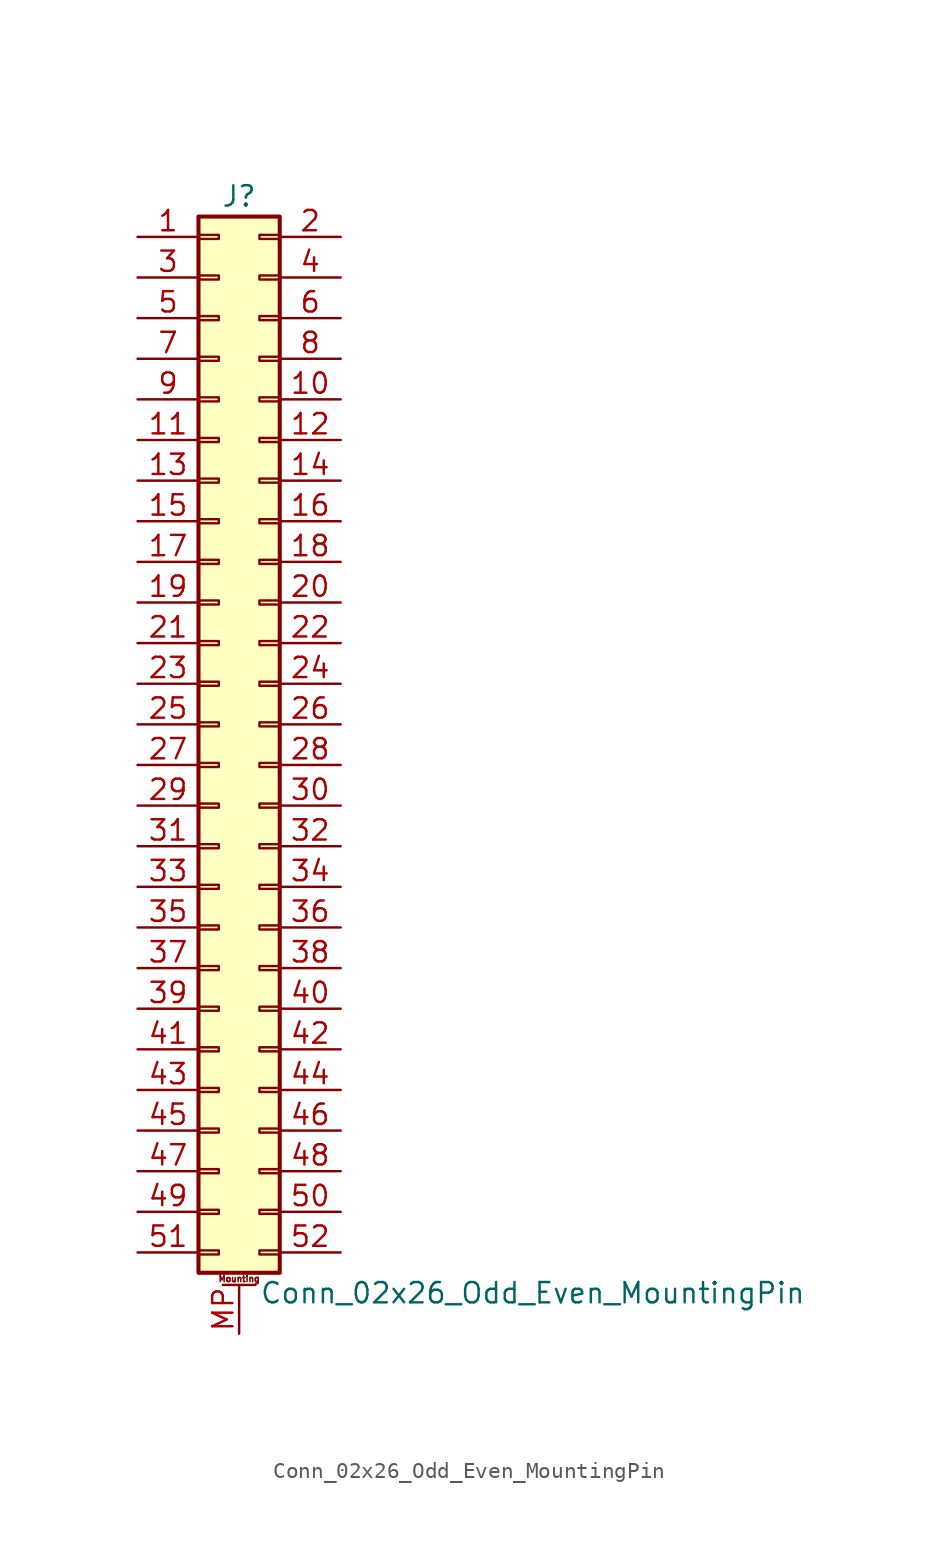
<source format=kicad_sym>
(kicad_symbol_lib
  (version 20201005)
  (generator kicad_symbol_editor)
  (symbol "Conn_02x26_Odd_Even_MountingPin"
    (pin_names
      (offset 1.016) hide)
    (property "Reference" "J"
      (at 1.27 33.02 0)
      (effects (font (size 1.27 1.27))))
    (property "Value" "Conn_02x26_Odd_Even_MountingPin"
      (at 2.54 -35.56 0)
      (effects (font (size 1.27 1.27)) (justify left)))
    (symbol "Conn_02x26_Odd_Even_MountingPin_1_1"
      (text "Mounting" (at 1.27 -34.671 0) (effects (font (size 0.381 0.381))))
      (rectangle (start -1.27 -32.893) (end 0 -33.147) (stroke (width 0.152)) (fill (type none)))
      (rectangle (start -1.27 -30.353) (end 0 -30.607) (stroke (width 0.152)) (fill (type none)))
      (rectangle (start -1.27 -27.813) (end 0 -28.067) (stroke (width 0.152)) (fill (type none)))
      (rectangle (start -1.27 -25.273) (end 0 -25.527) (stroke (width 0.152)) (fill (type none)))
      (rectangle (start -1.27 -22.733) (end 0 -22.987) (stroke (width 0.152)) (fill (type none)))
      (rectangle (start -1.27 -20.193) (end 0 -20.447) (stroke (width 0.152)) (fill (type none)))
      (rectangle (start -1.27 -17.653) (end 0 -17.907) (stroke (width 0.152)) (fill (type none)))
      (rectangle (start -1.27 -15.113) (end 0 -15.367) (stroke (width 0.152)) (fill (type none)))
      (rectangle (start -1.27 -12.573) (end 0 -12.827) (stroke (width 0.152)) (fill (type none)))
      (rectangle (start -1.27 -10.033) (end 0 -10.287) (stroke (width 0.152)) (fill (type none)))
      (rectangle (start -1.27 -7.493) (end 0 -7.747) (stroke (width 0.152)) (fill (type none)))
      (rectangle (start -1.27 -4.953) (end 0 -5.207) (stroke (width 0.152)) (fill (type none)))
      (rectangle (start -1.27 -2.413) (end 0 -2.667) (stroke (width 0.152)) (fill (type none)))
      (rectangle (start -1.27 0.127) (end 0 -0.127) (stroke (width 0.152)) (fill (type none)))
      (rectangle (start -1.27 2.667) (end 0 2.413) (stroke (width 0.152)) (fill (type none)))
      (rectangle (start -1.27 5.207) (end 0 4.953) (stroke (width 0.152)) (fill (type none)))
      (rectangle (start -1.27 7.747) (end 0 7.493) (stroke (width 0.152)) (fill (type none)))
      (rectangle (start -1.27 10.287) (end 0 10.033) (stroke (width 0.152)) (fill (type none)))
      (rectangle (start -1.27 12.827) (end 0 12.573) (stroke (width 0.152)) (fill (type none)))
      (rectangle (start -1.27 15.367) (end 0 15.113) (stroke (width 0.152)) (fill (type none)))
      (rectangle (start -1.27 17.907) (end 0 17.653) (stroke (width 0.152)) (fill (type none)))
      (rectangle (start -1.27 20.447) (end 0 20.193) (stroke (width 0.152)) (fill (type none)))
      (rectangle (start -1.27 22.987) (end 0 22.733) (stroke (width 0.152)) (fill (type none)))
      (rectangle (start -1.27 25.527) (end 0 25.273) (stroke (width 0.152)) (fill (type none)))
      (rectangle (start -1.27 28.067) (end 0 27.813) (stroke (width 0.152)) (fill (type none)))
      (rectangle (start -1.27 30.607) (end 0 30.353) (stroke (width 0.152)) (fill (type none)))
      (rectangle (start -1.27 31.75) (end 3.81 -34.29) (stroke (width 0.254)) (fill (type background)))
      (rectangle (start 3.81 -32.893) (end 2.54 -33.147) (stroke (width 0.152)) (fill (type none)))
      (rectangle (start 3.81 -30.353) (end 2.54 -30.607) (stroke (width 0.152)) (fill (type none)))
      (rectangle (start 3.81 -27.813) (end 2.54 -28.067) (stroke (width 0.152)) (fill (type none)))
      (rectangle (start 3.81 -25.273) (end 2.54 -25.527) (stroke (width 0.152)) (fill (type none)))
      (rectangle (start 3.81 -22.733) (end 2.54 -22.987) (stroke (width 0.152)) (fill (type none)))
      (rectangle (start 3.81 -20.193) (end 2.54 -20.447) (stroke (width 0.152)) (fill (type none)))
      (rectangle (start 3.81 -17.653) (end 2.54 -17.907) (stroke (width 0.152)) (fill (type none)))
      (rectangle (start 3.81 -15.113) (end 2.54 -15.367) (stroke (width 0.152)) (fill (type none)))
      (rectangle (start 3.81 -12.573) (end 2.54 -12.827) (stroke (width 0.152)) (fill (type none)))
      (rectangle (start 3.81 -10.033) (end 2.54 -10.287) (stroke (width 0.152)) (fill (type none)))
      (rectangle (start 3.81 -7.493) (end 2.54 -7.747) (stroke (width 0.152)) (fill (type none)))
      (rectangle (start 3.81 -4.953) (end 2.54 -5.207) (stroke (width 0.152)) (fill (type none)))
      (rectangle (start 3.81 -2.413) (end 2.54 -2.667) (stroke (width 0.152)) (fill (type none)))
      (rectangle (start 3.81 0.127) (end 2.54 -0.127) (stroke (width 0.152)) (fill (type none)))
      (rectangle (start 3.81 2.667) (end 2.54 2.413) (stroke (width 0.152)) (fill (type none)))
      (rectangle (start 3.81 5.207) (end 2.54 4.953) (stroke (width 0.152)) (fill (type none)))
      (rectangle (start 3.81 7.747) (end 2.54 7.493) (stroke (width 0.152)) (fill (type none)))
      (rectangle (start 3.81 10.287) (end 2.54 10.033) (stroke (width 0.152)) (fill (type none)))
      (rectangle (start 3.81 12.827) (end 2.54 12.573) (stroke (width 0.152)) (fill (type none)))
      (rectangle (start 3.81 15.367) (end 2.54 15.113) (stroke (width 0.152)) (fill (type none)))
      (rectangle (start 3.81 17.907) (end 2.54 17.653) (stroke (width 0.152)) (fill (type none)))
      (rectangle (start 3.81 20.447) (end 2.54 20.193) (stroke (width 0.152)) (fill (type none)))
      (rectangle (start 3.81 22.987) (end 2.54 22.733) (stroke (width 0.152)) (fill (type none)))
      (rectangle (start 3.81 25.527) (end 2.54 25.273) (stroke (width 0.152)) (fill (type none)))
      (rectangle (start 3.81 28.067) (end 2.54 27.813) (stroke (width 0.152)) (fill (type none)))
      (rectangle (start 3.81 30.607) (end 2.54 30.353) (stroke (width 0.152)) (fill (type none)))
      (polyline (pts (xy 0.254 -35.052) (xy 2.286 -35.052)) (stroke (width 0.152)) (fill (type none)))
      (pin passive line (at -5.08 30.48 0) (length 3.81) (name "Pin_1" (effects (font (size 1.27 1.27)))) (number "1" (effects (font (size 1.27 1.27)))))
      (pin passive line (at 7.62 20.32 180) (length 3.81) (name "Pin_10" (effects (font (size 1.27 1.27)))) (number "10" (effects (font (size 1.27 1.27)))))
      (pin passive line (at -5.08 17.78 0) (length 3.81) (name "Pin_11" (effects (font (size 1.27 1.27)))) (number "11" (effects (font (size 1.27 1.27)))))
      (pin passive line (at 7.62 17.78 180) (length 3.81) (name "Pin_12" (effects (font (size 1.27 1.27)))) (number "12" (effects (font (size 1.27 1.27)))))
      (pin passive line (at -5.08 15.24 0) (length 3.81) (name "Pin_13" (effects (font (size 1.27 1.27)))) (number "13" (effects (font (size 1.27 1.27)))))
      (pin passive line (at 7.62 15.24 180) (length 3.81) (name "Pin_14" (effects (font (size 1.27 1.27)))) (number "14" (effects (font (size 1.27 1.27)))))
      (pin passive line (at -5.08 12.7 0) (length 3.81) (name "Pin_15" (effects (font (size 1.27 1.27)))) (number "15" (effects (font (size 1.27 1.27)))))
      (pin passive line (at 7.62 12.7 180) (length 3.81) (name "Pin_16" (effects (font (size 1.27 1.27)))) (number "16" (effects (font (size 1.27 1.27)))))
      (pin passive line (at -5.08 10.16 0) (length 3.81) (name "Pin_17" (effects (font (size 1.27 1.27)))) (number "17" (effects (font (size 1.27 1.27)))))
      (pin passive line (at 7.62 10.16 180) (length 3.81) (name "Pin_18" (effects (font (size 1.27 1.27)))) (number "18" (effects (font (size 1.27 1.27)))))
      (pin passive line (at -5.08 7.62 0) (length 3.81) (name "Pin_19" (effects (font (size 1.27 1.27)))) (number "19" (effects (font (size 1.27 1.27)))))
      (pin passive line (at 7.62 30.48 180) (length 3.81) (name "Pin_2" (effects (font (size 1.27 1.27)))) (number "2" (effects (font (size 1.27 1.27)))))
      (pin passive line (at 7.62 7.62 180) (length 3.81) (name "Pin_20" (effects (font (size 1.27 1.27)))) (number "20" (effects (font (size 1.27 1.27)))))
      (pin passive line (at -5.08 5.08 0) (length 3.81) (name "Pin_21" (effects (font (size 1.27 1.27)))) (number "21" (effects (font (size 1.27 1.27)))))
      (pin passive line (at 7.62 5.08 180) (length 3.81) (name "Pin_22" (effects (font (size 1.27 1.27)))) (number "22" (effects (font (size 1.27 1.27)))))
      (pin passive line (at -5.08 2.54 0) (length 3.81) (name "Pin_23" (effects (font (size 1.27 1.27)))) (number "23" (effects (font (size 1.27 1.27)))))
      (pin passive line (at 7.62 2.54 180) (length 3.81) (name "Pin_24" (effects (font (size 1.27 1.27)))) (number "24" (effects (font (size 1.27 1.27)))))
      (pin passive line (at -5.08 0 0) (length 3.81) (name "Pin_25" (effects (font (size 1.27 1.27)))) (number "25" (effects (font (size 1.27 1.27)))))
      (pin passive line (at 7.62 0 180) (length 3.81) (name "Pin_26" (effects (font (size 1.27 1.27)))) (number "26" (effects (font (size 1.27 1.27)))))
      (pin passive line (at -5.08 -2.54 0) (length 3.81) (name "Pin_27" (effects (font (size 1.27 1.27)))) (number "27" (effects (font (size 1.27 1.27)))))
      (pin passive line (at 7.62 -2.54 180) (length 3.81) (name "Pin_28" (effects (font (size 1.27 1.27)))) (number "28" (effects (font (size 1.27 1.27)))))
      (pin passive line (at -5.08 -5.08 0) (length 3.81) (name "Pin_29" (effects (font (size 1.27 1.27)))) (number "29" (effects (font (size 1.27 1.27)))))
      (pin passive line (at -5.08 27.94 0) (length 3.81) (name "Pin_3" (effects (font (size 1.27 1.27)))) (number "3" (effects (font (size 1.27 1.27)))))
      (pin passive line (at 7.62 -5.08 180) (length 3.81) (name "Pin_30" (effects (font (size 1.27 1.27)))) (number "30" (effects (font (size 1.27 1.27)))))
      (pin passive line (at -5.08 -7.62 0) (length 3.81) (name "Pin_31" (effects (font (size 1.27 1.27)))) (number "31" (effects (font (size 1.27 1.27)))))
      (pin passive line (at 7.62 -7.62 180) (length 3.81) (name "Pin_32" (effects (font (size 1.27 1.27)))) (number "32" (effects (font (size 1.27 1.27)))))
      (pin passive line (at -5.08 -10.16 0) (length 3.81) (name "Pin_33" (effects (font (size 1.27 1.27)))) (number "33" (effects (font (size 1.27 1.27)))))
      (pin passive line (at 7.62 -10.16 180) (length 3.81) (name "Pin_34" (effects (font (size 1.27 1.27)))) (number "34" (effects (font (size 1.27 1.27)))))
      (pin passive line (at -5.08 -12.7 0) (length 3.81) (name "Pin_35" (effects (font (size 1.27 1.27)))) (number "35" (effects (font (size 1.27 1.27)))))
      (pin passive line (at 7.62 -12.7 180) (length 3.81) (name "Pin_36" (effects (font (size 1.27 1.27)))) (number "36" (effects (font (size 1.27 1.27)))))
      (pin passive line (at -5.08 -15.24 0) (length 3.81) (name "Pin_37" (effects (font (size 1.27 1.27)))) (number "37" (effects (font (size 1.27 1.27)))))
      (pin passive line (at 7.62 -15.24 180) (length 3.81) (name "Pin_38" (effects (font (size 1.27 1.27)))) (number "38" (effects (font (size 1.27 1.27)))))
      (pin passive line (at -5.08 -17.78 0) (length 3.81) (name "Pin_39" (effects (font (size 1.27 1.27)))) (number "39" (effects (font (size 1.27 1.27)))))
      (pin passive line (at 7.62 27.94 180) (length 3.81) (name "Pin_4" (effects (font (size 1.27 1.27)))) (number "4" (effects (font (size 1.27 1.27)))))
      (pin passive line (at 7.62 -17.78 180) (length 3.81) (name "Pin_40" (effects (font (size 1.27 1.27)))) (number "40" (effects (font (size 1.27 1.27)))))
      (pin passive line (at -5.08 -20.32 0) (length 3.81) (name "Pin_41" (effects (font (size 1.27 1.27)))) (number "41" (effects (font (size 1.27 1.27)))))
      (pin passive line (at 7.62 -20.32 180) (length 3.81) (name "Pin_42" (effects (font (size 1.27 1.27)))) (number "42" (effects (font (size 1.27 1.27)))))
      (pin passive line (at -5.08 -22.86 0) (length 3.81) (name "Pin_43" (effects (font (size 1.27 1.27)))) (number "43" (effects (font (size 1.27 1.27)))))
      (pin passive line (at 7.62 -22.86 180) (length 3.81) (name "Pin_44" (effects (font (size 1.27 1.27)))) (number "44" (effects (font (size 1.27 1.27)))))
      (pin passive line (at -5.08 -25.4 0) (length 3.81) (name "Pin_45" (effects (font (size 1.27 1.27)))) (number "45" (effects (font (size 1.27 1.27)))))
      (pin passive line (at 7.62 -25.4 180) (length 3.81) (name "Pin_46" (effects (font (size 1.27 1.27)))) (number "46" (effects (font (size 1.27 1.27)))))
      (pin passive line (at -5.08 -27.94 0) (length 3.81) (name "Pin_47" (effects (font (size 1.27 1.27)))) (number "47" (effects (font (size 1.27 1.27)))))
      (pin passive line (at 7.62 -27.94 180) (length 3.81) (name "Pin_48" (effects (font (size 1.27 1.27)))) (number "48" (effects (font (size 1.27 1.27)))))
      (pin passive line (at -5.08 -30.48 0) (length 3.81) (name "Pin_49" (effects (font (size 1.27 1.27)))) (number "49" (effects (font (size 1.27 1.27)))))
      (pin passive line (at -5.08 25.4 0) (length 3.81) (name "Pin_5" (effects (font (size 1.27 1.27)))) (number "5" (effects (font (size 1.27 1.27)))))
      (pin passive line (at 7.62 -30.48 180) (length 3.81) (name "Pin_50" (effects (font (size 1.27 1.27)))) (number "50" (effects (font (size 1.27 1.27)))))
      (pin passive line (at -5.08 -33.02 0) (length 3.81) (name "Pin_51" (effects (font (size 1.27 1.27)))) (number "51" (effects (font (size 1.27 1.27)))))
      (pin passive line (at 7.62 -33.02 180) (length 3.81) (name "Pin_52" (effects (font (size 1.27 1.27)))) (number "52" (effects (font (size 1.27 1.27)))))
      (pin passive line (at 7.62 25.4 180) (length 3.81) (name "Pin_6" (effects (font (size 1.27 1.27)))) (number "6" (effects (font (size 1.27 1.27)))))
      (pin passive line (at -5.08 22.86 0) (length 3.81) (name "Pin_7" (effects (font (size 1.27 1.27)))) (number "7" (effects (font (size 1.27 1.27)))))
      (pin passive line (at 7.62 22.86 180) (length 3.81) (name "Pin_8" (effects (font (size 1.27 1.27)))) (number "8" (effects (font (size 1.27 1.27)))))
      (pin passive line (at -5.08 20.32 0) (length 3.81) (name "Pin_9" (effects (font (size 1.27 1.27)))) (number "9" (effects (font (size 1.27 1.27)))))
      (pin passive line (at 1.27 -38.1 90) (length 3.048) (name "MountPin" (effects (font (size 1.27 1.27)))) (number "MP" (effects (font (size 1.27 1.27))))))))
</source>
